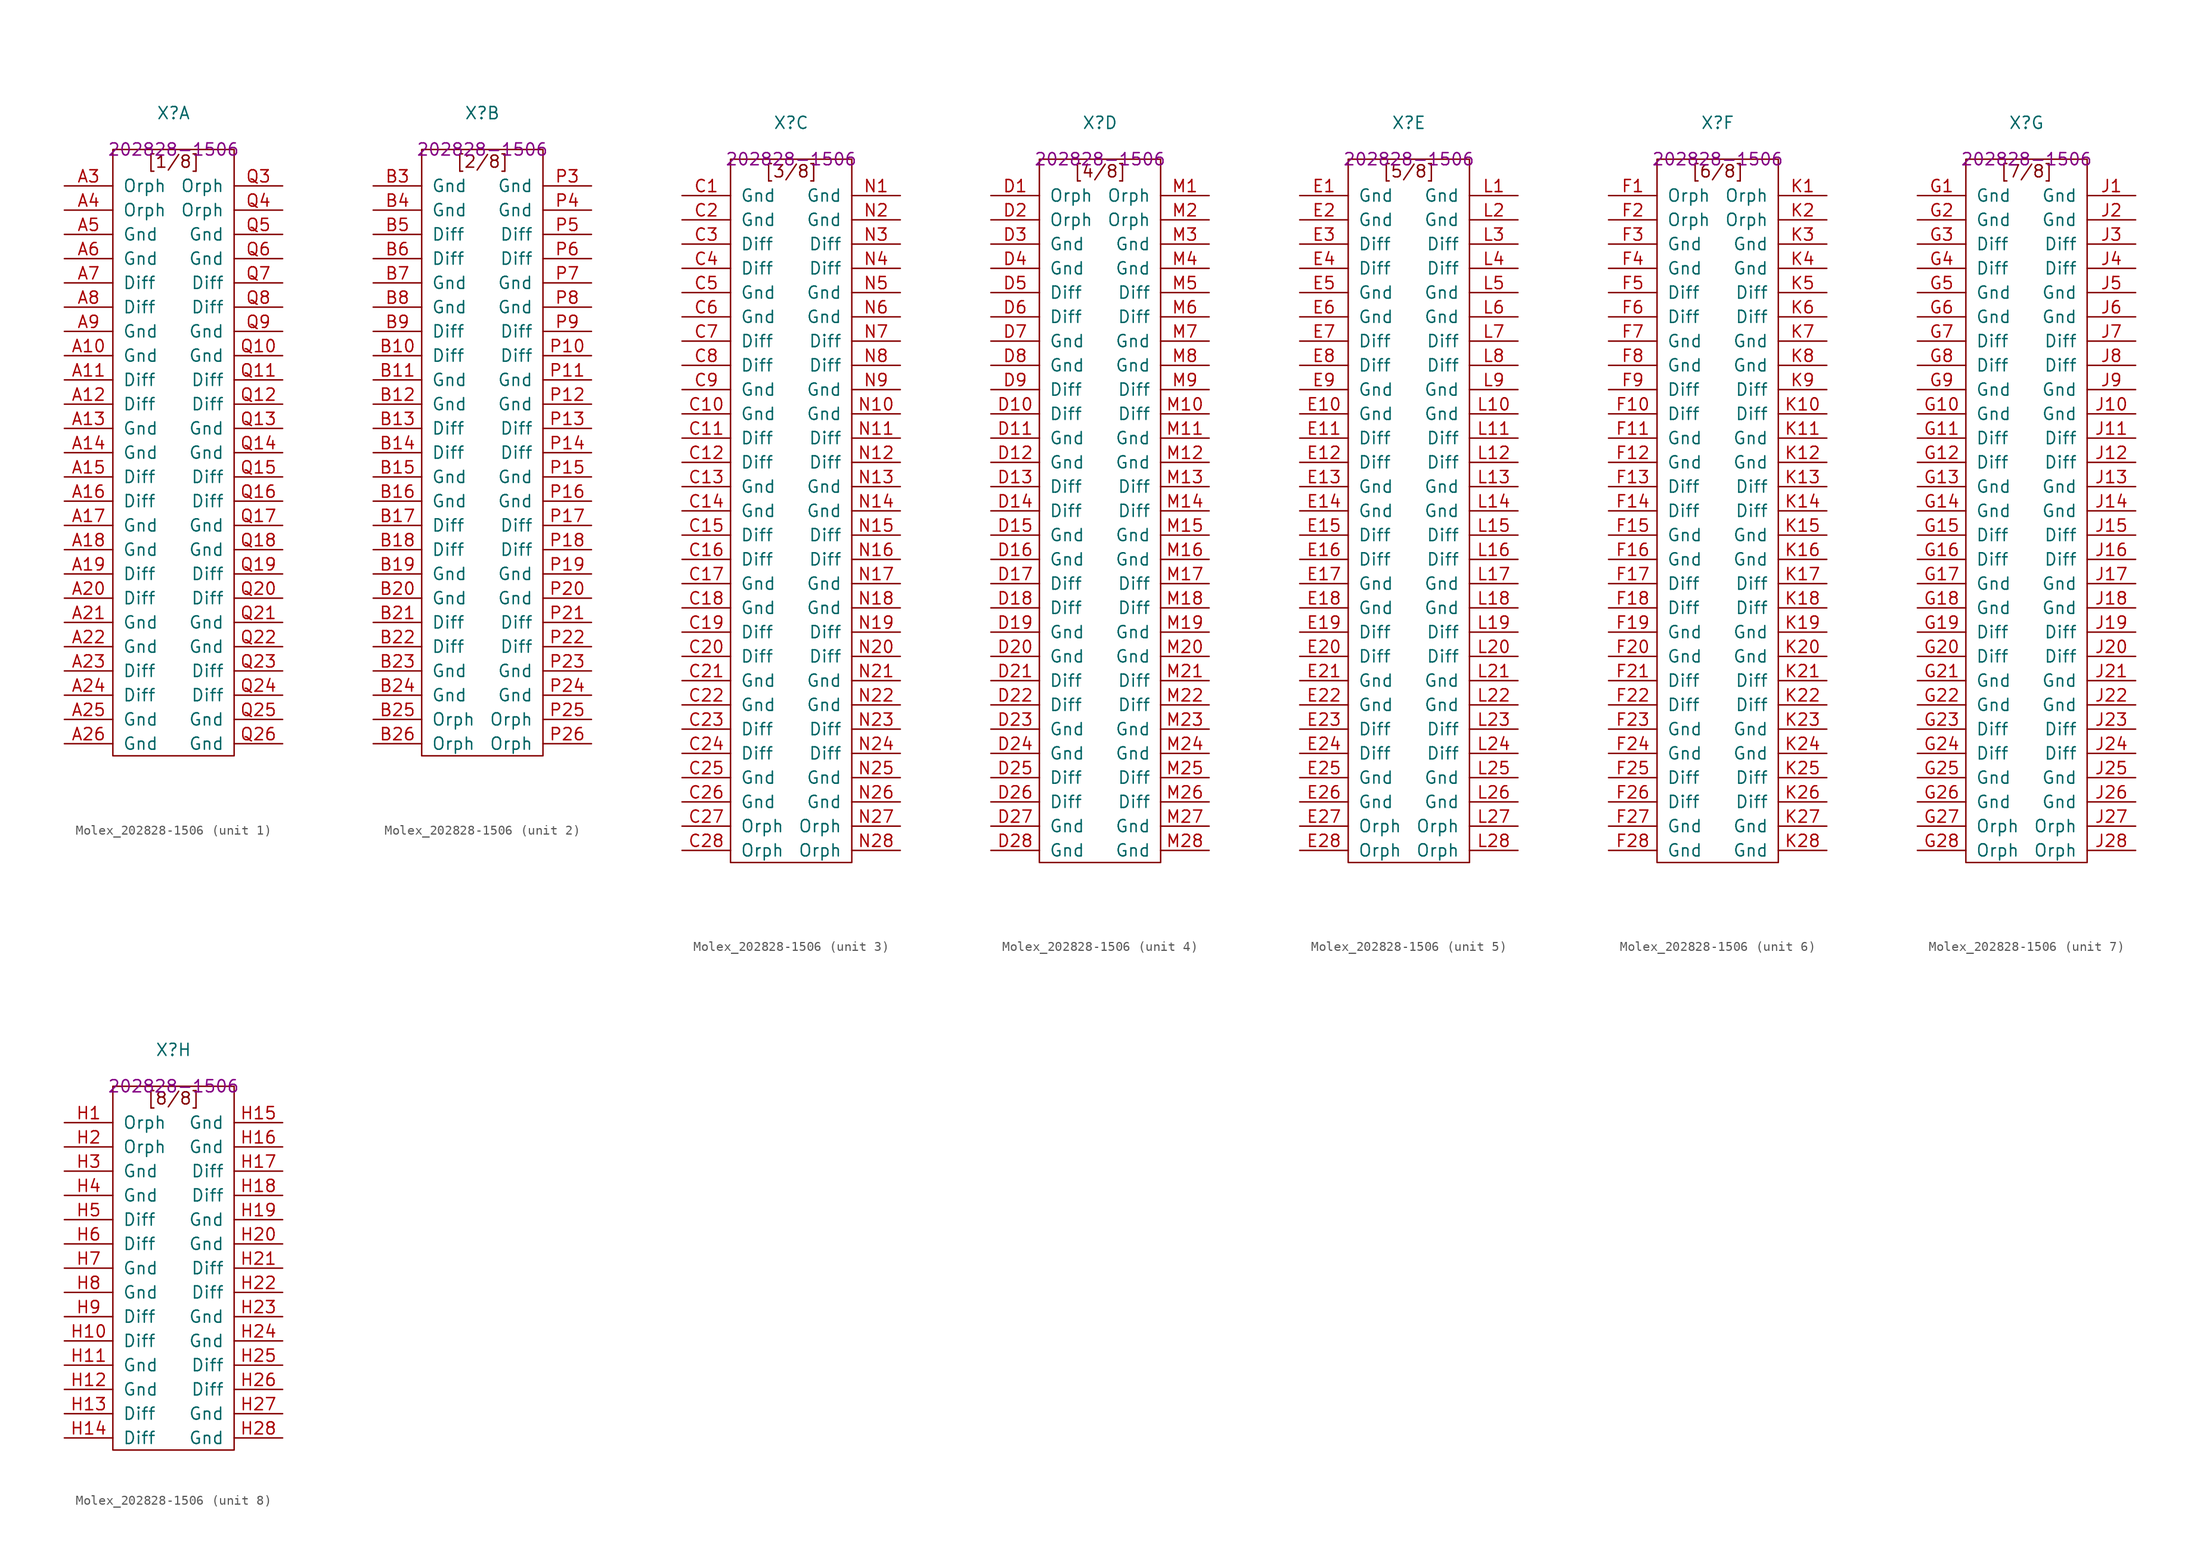
<source format=kicad_sym>
(kicad_symbol_lib
  (version 20211014)
  (generator kicad_symbol_editor)
  (symbol "Molex_202828-1506"
    (pin_names
      (offset 1.016))
    (property "Reference" "X"
      (at 0 3.81 0)
      (effects (font (size 1.27 1.27))))
    (property "p/n" "202828-1506"
      (at 0 0 0)
      (effects (font (size 1.27 1.27))))
    (property "ki_locked" ""
      (at 0 0 0)
      (effects (font (size 1.27 1.27))))
    (symbol "Molex_202828-1506_1_1"
      (rectangle (start -6.35 0) (end 6.35 -63.5) (stroke (width 0) (type default) (color 0 0 0 0)) (fill (type none)))
      (text "[1/8]" (at 0 -1.27 0) (effects (font (size 1.27 1.27))))
      (pin passive line (at -11.43 -21.59 0) (length 5.08) (name "Gnd" (effects (font (size 1.27 1.27)))) (number "A10" (effects (font (size 1.27 1.27)))))
      (pin passive line (at -11.43 -24.13 0) (length 5.08) (name "Diff" (effects (font (size 1.27 1.27)))) (number "A11" (effects (font (size 1.27 1.27)))))
      (pin passive line (at -11.43 -26.67 0) (length 5.08) (name "Diff" (effects (font (size 1.27 1.27)))) (number "A12" (effects (font (size 1.27 1.27)))))
      (pin passive line (at -11.43 -29.21 0) (length 5.08) (name "Gnd" (effects (font (size 1.27 1.27)))) (number "A13" (effects (font (size 1.27 1.27)))))
      (pin passive line (at -11.43 -31.75 0) (length 5.08) (name "Gnd" (effects (font (size 1.27 1.27)))) (number "A14" (effects (font (size 1.27 1.27)))))
      (pin passive line (at -11.43 -34.29 0) (length 5.08) (name "Diff" (effects (font (size 1.27 1.27)))) (number "A15" (effects (font (size 1.27 1.27)))))
      (pin passive line (at -11.43 -36.83 0) (length 5.08) (name "Diff" (effects (font (size 1.27 1.27)))) (number "A16" (effects (font (size 1.27 1.27)))))
      (pin passive line (at -11.43 -39.37 0) (length 5.08) (name "Gnd" (effects (font (size 1.27 1.27)))) (number "A17" (effects (font (size 1.27 1.27)))))
      (pin passive line (at -11.43 -41.91 0) (length 5.08) (name "Gnd" (effects (font (size 1.27 1.27)))) (number "A18" (effects (font (size 1.27 1.27)))))
      (pin passive line (at -11.43 -44.45 0) (length 5.08) (name "Diff" (effects (font (size 1.27 1.27)))) (number "A19" (effects (font (size 1.27 1.27)))))
      (pin passive line (at -11.43 -46.99 0) (length 5.08) (name "Diff" (effects (font (size 1.27 1.27)))) (number "A20" (effects (font (size 1.27 1.27)))))
      (pin passive line (at -11.43 -49.53 0) (length 5.08) (name "Gnd" (effects (font (size 1.27 1.27)))) (number "A21" (effects (font (size 1.27 1.27)))))
      (pin passive line (at -11.43 -52.07 0) (length 5.08) (name "Gnd" (effects (font (size 1.27 1.27)))) (number "A22" (effects (font (size 1.27 1.27)))))
      (pin passive line (at -11.43 -54.61 0) (length 5.08) (name "Diff" (effects (font (size 1.27 1.27)))) (number "A23" (effects (font (size 1.27 1.27)))))
      (pin passive line (at -11.43 -57.15 0) (length 5.08) (name "Diff" (effects (font (size 1.27 1.27)))) (number "A24" (effects (font (size 1.27 1.27)))))
      (pin passive line (at -11.43 -59.69 0) (length 5.08) (name "Gnd" (effects (font (size 1.27 1.27)))) (number "A25" (effects (font (size 1.27 1.27)))))
      (pin passive line (at -11.43 -62.23 0) (length 5.08) (name "Gnd" (effects (font (size 1.27 1.27)))) (number "A26" (effects (font (size 1.27 1.27)))))
      (pin passive line (at -11.43 -3.81 0) (length 5.08) (name "Orph" (effects (font (size 1.27 1.27)))) (number "A3" (effects (font (size 1.27 1.27)))))
      (pin passive line (at -11.43 -6.35 0) (length 5.08) (name "Orph" (effects (font (size 1.27 1.27)))) (number "A4" (effects (font (size 1.27 1.27)))))
      (pin passive line (at -11.43 -8.89 0) (length 5.08) (name "Gnd" (effects (font (size 1.27 1.27)))) (number "A5" (effects (font (size 1.27 1.27)))))
      (pin passive line (at -11.43 -11.43 0) (length 5.08) (name "Gnd" (effects (font (size 1.27 1.27)))) (number "A6" (effects (font (size 1.27 1.27)))))
      (pin passive line (at -11.43 -13.97 0) (length 5.08) (name "Diff" (effects (font (size 1.27 1.27)))) (number "A7" (effects (font (size 1.27 1.27)))))
      (pin passive line (at -11.43 -16.51 0) (length 5.08) (name "Diff" (effects (font (size 1.27 1.27)))) (number "A8" (effects (font (size 1.27 1.27)))))
      (pin passive line (at -11.43 -19.05 0) (length 5.08) (name "Gnd" (effects (font (size 1.27 1.27)))) (number "A9" (effects (font (size 1.27 1.27)))))
      (pin passive line (at 11.43 -21.59 180) (length 5.08) (name "Gnd" (effects (font (size 1.27 1.27)))) (number "Q10" (effects (font (size 1.27 1.27)))))
      (pin passive line (at 11.43 -24.13 180) (length 5.08) (name "Diff" (effects (font (size 1.27 1.27)))) (number "Q11" (effects (font (size 1.27 1.27)))))
      (pin passive line (at 11.43 -26.67 180) (length 5.08) (name "Diff" (effects (font (size 1.27 1.27)))) (number "Q12" (effects (font (size 1.27 1.27)))))
      (pin passive line (at 11.43 -29.21 180) (length 5.08) (name "Gnd" (effects (font (size 1.27 1.27)))) (number "Q13" (effects (font (size 1.27 1.27)))))
      (pin passive line (at 11.43 -31.75 180) (length 5.08) (name "Gnd" (effects (font (size 1.27 1.27)))) (number "Q14" (effects (font (size 1.27 1.27)))))
      (pin passive line (at 11.43 -34.29 180) (length 5.08) (name "Diff" (effects (font (size 1.27 1.27)))) (number "Q15" (effects (font (size 1.27 1.27)))))
      (pin passive line (at 11.43 -36.83 180) (length 5.08) (name "Diff" (effects (font (size 1.27 1.27)))) (number "Q16" (effects (font (size 1.27 1.27)))))
      (pin passive line (at 11.43 -39.37 180) (length 5.08) (name "Gnd" (effects (font (size 1.27 1.27)))) (number "Q17" (effects (font (size 1.27 1.27)))))
      (pin passive line (at 11.43 -41.91 180) (length 5.08) (name "Gnd" (effects (font (size 1.27 1.27)))) (number "Q18" (effects (font (size 1.27 1.27)))))
      (pin passive line (at 11.43 -44.45 180) (length 5.08) (name "Diff" (effects (font (size 1.27 1.27)))) (number "Q19" (effects (font (size 1.27 1.27)))))
      (pin passive line (at 11.43 -46.99 180) (length 5.08) (name "Diff" (effects (font (size 1.27 1.27)))) (number "Q20" (effects (font (size 1.27 1.27)))))
      (pin passive line (at 11.43 -49.53 180) (length 5.08) (name "Gnd" (effects (font (size 1.27 1.27)))) (number "Q21" (effects (font (size 1.27 1.27)))))
      (pin passive line (at 11.43 -52.07 180) (length 5.08) (name "Gnd" (effects (font (size 1.27 1.27)))) (number "Q22" (effects (font (size 1.27 1.27)))))
      (pin passive line (at 11.43 -54.61 180) (length 5.08) (name "Diff" (effects (font (size 1.27 1.27)))) (number "Q23" (effects (font (size 1.27 1.27)))))
      (pin passive line (at 11.43 -57.15 180) (length 5.08) (name "Diff" (effects (font (size 1.27 1.27)))) (number "Q24" (effects (font (size 1.27 1.27)))))
      (pin passive line (at 11.43 -59.69 180) (length 5.08) (name "Gnd" (effects (font (size 1.27 1.27)))) (number "Q25" (effects (font (size 1.27 1.27)))))
      (pin passive line (at 11.43 -62.23 180) (length 5.08) (name "Gnd" (effects (font (size 1.27 1.27)))) (number "Q26" (effects (font (size 1.27 1.27)))))
      (pin passive line (at 11.43 -3.81 180) (length 5.08) (name "Orph" (effects (font (size 1.27 1.27)))) (number "Q3" (effects (font (size 1.27 1.27)))))
      (pin passive line (at 11.43 -6.35 180) (length 5.08) (name "Orph" (effects (font (size 1.27 1.27)))) (number "Q4" (effects (font (size 1.27 1.27)))))
      (pin passive line (at 11.43 -8.89 180) (length 5.08) (name "Gnd" (effects (font (size 1.27 1.27)))) (number "Q5" (effects (font (size 1.27 1.27)))))
      (pin passive line (at 11.43 -11.43 180) (length 5.08) (name "Gnd" (effects (font (size 1.27 1.27)))) (number "Q6" (effects (font (size 1.27 1.27)))))
      (pin passive line (at 11.43 -13.97 180) (length 5.08) (name "Diff" (effects (font (size 1.27 1.27)))) (number "Q7" (effects (font (size 1.27 1.27)))))
      (pin passive line (at 11.43 -16.51 180) (length 5.08) (name "Diff" (effects (font (size 1.27 1.27)))) (number "Q8" (effects (font (size 1.27 1.27)))))
      (pin passive line (at 11.43 -19.05 180) (length 5.08) (name "Gnd" (effects (font (size 1.27 1.27)))) (number "Q9" (effects (font (size 1.27 1.27))))))
    (symbol "Molex_202828-1506_2_1"
      (rectangle (start -6.35 0) (end 6.35 -63.5) (stroke (width 0) (type default) (color 0 0 0 0)) (fill (type none)))
      (text "[2/8]" (at 0 -1.27 0) (effects (font (size 1.27 1.27))))
      (pin passive line (at -11.43 -21.59 0) (length 5.08) (name "Diff" (effects (font (size 1.27 1.27)))) (number "B10" (effects (font (size 1.27 1.27)))))
      (pin passive line (at -11.43 -24.13 0) (length 5.08) (name "Gnd" (effects (font (size 1.27 1.27)))) (number "B11" (effects (font (size 1.27 1.27)))))
      (pin passive line (at -11.43 -26.67 0) (length 5.08) (name "Gnd" (effects (font (size 1.27 1.27)))) (number "B12" (effects (font (size 1.27 1.27)))))
      (pin passive line (at -11.43 -29.21 0) (length 5.08) (name "Diff" (effects (font (size 1.27 1.27)))) (number "B13" (effects (font (size 1.27 1.27)))))
      (pin passive line (at -11.43 -31.75 0) (length 5.08) (name "Diff" (effects (font (size 1.27 1.27)))) (number "B14" (effects (font (size 1.27 1.27)))))
      (pin passive line (at -11.43 -34.29 0) (length 5.08) (name "Gnd" (effects (font (size 1.27 1.27)))) (number "B15" (effects (font (size 1.27 1.27)))))
      (pin passive line (at -11.43 -36.83 0) (length 5.08) (name "Gnd" (effects (font (size 1.27 1.27)))) (number "B16" (effects (font (size 1.27 1.27)))))
      (pin passive line (at -11.43 -39.37 0) (length 5.08) (name "Diff" (effects (font (size 1.27 1.27)))) (number "B17" (effects (font (size 1.27 1.27)))))
      (pin passive line (at -11.43 -41.91 0) (length 5.08) (name "Diff" (effects (font (size 1.27 1.27)))) (number "B18" (effects (font (size 1.27 1.27)))))
      (pin passive line (at -11.43 -44.45 0) (length 5.08) (name "Gnd" (effects (font (size 1.27 1.27)))) (number "B19" (effects (font (size 1.27 1.27)))))
      (pin passive line (at -11.43 -46.99 0) (length 5.08) (name "Gnd" (effects (font (size 1.27 1.27)))) (number "B20" (effects (font (size 1.27 1.27)))))
      (pin passive line (at -11.43 -49.53 0) (length 5.08) (name "Diff" (effects (font (size 1.27 1.27)))) (number "B21" (effects (font (size 1.27 1.27)))))
      (pin passive line (at -11.43 -52.07 0) (length 5.08) (name "Diff" (effects (font (size 1.27 1.27)))) (number "B22" (effects (font (size 1.27 1.27)))))
      (pin passive line (at -11.43 -54.61 0) (length 5.08) (name "Gnd" (effects (font (size 1.27 1.27)))) (number "B23" (effects (font (size 1.27 1.27)))))
      (pin passive line (at -11.43 -57.15 0) (length 5.08) (name "Gnd" (effects (font (size 1.27 1.27)))) (number "B24" (effects (font (size 1.27 1.27)))))
      (pin passive line (at -11.43 -59.69 0) (length 5.08) (name "Orph" (effects (font (size 1.27 1.27)))) (number "B25" (effects (font (size 1.27 1.27)))))
      (pin passive line (at -11.43 -62.23 0) (length 5.08) (name "Orph" (effects (font (size 1.27 1.27)))) (number "B26" (effects (font (size 1.27 1.27)))))
      (pin passive line (at -11.43 -3.81 0) (length 5.08) (name "Gnd" (effects (font (size 1.27 1.27)))) (number "B3" (effects (font (size 1.27 1.27)))))
      (pin passive line (at -11.43 -6.35 0) (length 5.08) (name "Gnd" (effects (font (size 1.27 1.27)))) (number "B4" (effects (font (size 1.27 1.27)))))
      (pin passive line (at -11.43 -8.89 0) (length 5.08) (name "Diff" (effects (font (size 1.27 1.27)))) (number "B5" (effects (font (size 1.27 1.27)))))
      (pin passive line (at -11.43 -11.43 0) (length 5.08) (name "Diff" (effects (font (size 1.27 1.27)))) (number "B6" (effects (font (size 1.27 1.27)))))
      (pin passive line (at -11.43 -13.97 0) (length 5.08) (name "Gnd" (effects (font (size 1.27 1.27)))) (number "B7" (effects (font (size 1.27 1.27)))))
      (pin passive line (at -11.43 -16.51 0) (length 5.08) (name "Gnd" (effects (font (size 1.27 1.27)))) (number "B8" (effects (font (size 1.27 1.27)))))
      (pin passive line (at -11.43 -19.05 0) (length 5.08) (name "Diff" (effects (font (size 1.27 1.27)))) (number "B9" (effects (font (size 1.27 1.27)))))
      (pin passive line (at 11.43 -21.59 180) (length 5.08) (name "Diff" (effects (font (size 1.27 1.27)))) (number "P10" (effects (font (size 1.27 1.27)))))
      (pin passive line (at 11.43 -24.13 180) (length 5.08) (name "Gnd" (effects (font (size 1.27 1.27)))) (number "P11" (effects (font (size 1.27 1.27)))))
      (pin passive line (at 11.43 -26.67 180) (length 5.08) (name "Gnd" (effects (font (size 1.27 1.27)))) (number "P12" (effects (font (size 1.27 1.27)))))
      (pin passive line (at 11.43 -29.21 180) (length 5.08) (name "Diff" (effects (font (size 1.27 1.27)))) (number "P13" (effects (font (size 1.27 1.27)))))
      (pin passive line (at 11.43 -31.75 180) (length 5.08) (name "Diff" (effects (font (size 1.27 1.27)))) (number "P14" (effects (font (size 1.27 1.27)))))
      (pin passive line (at 11.43 -34.29 180) (length 5.08) (name "Gnd" (effects (font (size 1.27 1.27)))) (number "P15" (effects (font (size 1.27 1.27)))))
      (pin passive line (at 11.43 -36.83 180) (length 5.08) (name "Gnd" (effects (font (size 1.27 1.27)))) (number "P16" (effects (font (size 1.27 1.27)))))
      (pin passive line (at 11.43 -39.37 180) (length 5.08) (name "Diff" (effects (font (size 1.27 1.27)))) (number "P17" (effects (font (size 1.27 1.27)))))
      (pin passive line (at 11.43 -41.91 180) (length 5.08) (name "Diff" (effects (font (size 1.27 1.27)))) (number "P18" (effects (font (size 1.27 1.27)))))
      (pin passive line (at 11.43 -44.45 180) (length 5.08) (name "Gnd" (effects (font (size 1.27 1.27)))) (number "P19" (effects (font (size 1.27 1.27)))))
      (pin passive line (at 11.43 -46.99 180) (length 5.08) (name "Gnd" (effects (font (size 1.27 1.27)))) (number "P20" (effects (font (size 1.27 1.27)))))
      (pin passive line (at 11.43 -49.53 180) (length 5.08) (name "Diff" (effects (font (size 1.27 1.27)))) (number "P21" (effects (font (size 1.27 1.27)))))
      (pin passive line (at 11.43 -52.07 180) (length 5.08) (name "Diff" (effects (font (size 1.27 1.27)))) (number "P22" (effects (font (size 1.27 1.27)))))
      (pin passive line (at 11.43 -54.61 180) (length 5.08) (name "Gnd" (effects (font (size 1.27 1.27)))) (number "P23" (effects (font (size 1.27 1.27)))))
      (pin passive line (at 11.43 -57.15 180) (length 5.08) (name "Gnd" (effects (font (size 1.27 1.27)))) (number "P24" (effects (font (size 1.27 1.27)))))
      (pin passive line (at 11.43 -59.69 180) (length 5.08) (name "Orph" (effects (font (size 1.27 1.27)))) (number "P25" (effects (font (size 1.27 1.27)))))
      (pin passive line (at 11.43 -62.23 180) (length 5.08) (name "Orph" (effects (font (size 1.27 1.27)))) (number "P26" (effects (font (size 1.27 1.27)))))
      (pin passive line (at 11.43 -3.81 180) (length 5.08) (name "Gnd" (effects (font (size 1.27 1.27)))) (number "P3" (effects (font (size 1.27 1.27)))))
      (pin passive line (at 11.43 -6.35 180) (length 5.08) (name "Gnd" (effects (font (size 1.27 1.27)))) (number "P4" (effects (font (size 1.27 1.27)))))
      (pin passive line (at 11.43 -8.89 180) (length 5.08) (name "Diff" (effects (font (size 1.27 1.27)))) (number "P5" (effects (font (size 1.27 1.27)))))
      (pin passive line (at 11.43 -11.43 180) (length 5.08) (name "Diff" (effects (font (size 1.27 1.27)))) (number "P6" (effects (font (size 1.27 1.27)))))
      (pin passive line (at 11.43 -13.97 180) (length 5.08) (name "Gnd" (effects (font (size 1.27 1.27)))) (number "P7" (effects (font (size 1.27 1.27)))))
      (pin passive line (at 11.43 -16.51 180) (length 5.08) (name "Gnd" (effects (font (size 1.27 1.27)))) (number "P8" (effects (font (size 1.27 1.27)))))
      (pin passive line (at 11.43 -19.05 180) (length 5.08) (name "Diff" (effects (font (size 1.27 1.27)))) (number "P9" (effects (font (size 1.27 1.27))))))
    (symbol "Molex_202828-1506_3_1"
      (rectangle (start -6.35 0) (end 6.35 -73.66) (stroke (width 0) (type default) (color 0 0 0 0)) (fill (type none)))
      (text "[3/8]" (at 0 -1.27 0) (effects (font (size 1.27 1.27))))
      (pin passive line (at -11.43 -3.81 0) (length 5.08) (name "Gnd" (effects (font (size 1.27 1.27)))) (number "C1" (effects (font (size 1.27 1.27)))))
      (pin passive line (at -11.43 -26.67 0) (length 5.08) (name "Gnd" (effects (font (size 1.27 1.27)))) (number "C10" (effects (font (size 1.27 1.27)))))
      (pin passive line (at -11.43 -29.21 0) (length 5.08) (name "Diff" (effects (font (size 1.27 1.27)))) (number "C11" (effects (font (size 1.27 1.27)))))
      (pin passive line (at -11.43 -31.75 0) (length 5.08) (name "Diff" (effects (font (size 1.27 1.27)))) (number "C12" (effects (font (size 1.27 1.27)))))
      (pin passive line (at -11.43 -34.29 0) (length 5.08) (name "Gnd" (effects (font (size 1.27 1.27)))) (number "C13" (effects (font (size 1.27 1.27)))))
      (pin passive line (at -11.43 -36.83 0) (length 5.08) (name "Gnd" (effects (font (size 1.27 1.27)))) (number "C14" (effects (font (size 1.27 1.27)))))
      (pin passive line (at -11.43 -39.37 0) (length 5.08) (name "Diff" (effects (font (size 1.27 1.27)))) (number "C15" (effects (font (size 1.27 1.27)))))
      (pin passive line (at -11.43 -41.91 0) (length 5.08) (name "Diff" (effects (font (size 1.27 1.27)))) (number "C16" (effects (font (size 1.27 1.27)))))
      (pin passive line (at -11.43 -44.45 0) (length 5.08) (name "Gnd" (effects (font (size 1.27 1.27)))) (number "C17" (effects (font (size 1.27 1.27)))))
      (pin passive line (at -11.43 -46.99 0) (length 5.08) (name "Gnd" (effects (font (size 1.27 1.27)))) (number "C18" (effects (font (size 1.27 1.27)))))
      (pin passive line (at -11.43 -49.53 0) (length 5.08) (name "Diff" (effects (font (size 1.27 1.27)))) (number "C19" (effects (font (size 1.27 1.27)))))
      (pin passive line (at -11.43 -6.35 0) (length 5.08) (name "Gnd" (effects (font (size 1.27 1.27)))) (number "C2" (effects (font (size 1.27 1.27)))))
      (pin passive line (at -11.43 -52.07 0) (length 5.08) (name "Diff" (effects (font (size 1.27 1.27)))) (number "C20" (effects (font (size 1.27 1.27)))))
      (pin passive line (at -11.43 -54.61 0) (length 5.08) (name "Gnd" (effects (font (size 1.27 1.27)))) (number "C21" (effects (font (size 1.27 1.27)))))
      (pin passive line (at -11.43 -57.15 0) (length 5.08) (name "Gnd" (effects (font (size 1.27 1.27)))) (number "C22" (effects (font (size 1.27 1.27)))))
      (pin passive line (at -11.43 -59.69 0) (length 5.08) (name "Diff" (effects (font (size 1.27 1.27)))) (number "C23" (effects (font (size 1.27 1.27)))))
      (pin passive line (at -11.43 -62.23 0) (length 5.08) (name "Diff" (effects (font (size 1.27 1.27)))) (number "C24" (effects (font (size 1.27 1.27)))))
      (pin passive line (at -11.43 -64.77 0) (length 5.08) (name "Gnd" (effects (font (size 1.27 1.27)))) (number "C25" (effects (font (size 1.27 1.27)))))
      (pin passive line (at -11.43 -67.31 0) (length 5.08) (name "Gnd" (effects (font (size 1.27 1.27)))) (number "C26" (effects (font (size 1.27 1.27)))))
      (pin passive line (at -11.43 -69.85 0) (length 5.08) (name "Orph" (effects (font (size 1.27 1.27)))) (number "C27" (effects (font (size 1.27 1.27)))))
      (pin passive line (at -11.43 -72.39 0) (length 5.08) (name "Orph" (effects (font (size 1.27 1.27)))) (number "C28" (effects (font (size 1.27 1.27)))))
      (pin passive line (at -11.43 -8.89 0) (length 5.08) (name "Diff" (effects (font (size 1.27 1.27)))) (number "C3" (effects (font (size 1.27 1.27)))))
      (pin passive line (at -11.43 -11.43 0) (length 5.08) (name "Diff" (effects (font (size 1.27 1.27)))) (number "C4" (effects (font (size 1.27 1.27)))))
      (pin passive line (at -11.43 -13.97 0) (length 5.08) (name "Gnd" (effects (font (size 1.27 1.27)))) (number "C5" (effects (font (size 1.27 1.27)))))
      (pin passive line (at -11.43 -16.51 0) (length 5.08) (name "Gnd" (effects (font (size 1.27 1.27)))) (number "C6" (effects (font (size 1.27 1.27)))))
      (pin passive line (at -11.43 -19.05 0) (length 5.08) (name "Diff" (effects (font (size 1.27 1.27)))) (number "C7" (effects (font (size 1.27 1.27)))))
      (pin passive line (at -11.43 -21.59 0) (length 5.08) (name "Diff" (effects (font (size 1.27 1.27)))) (number "C8" (effects (font (size 1.27 1.27)))))
      (pin passive line (at -11.43 -24.13 0) (length 5.08) (name "Gnd" (effects (font (size 1.27 1.27)))) (number "C9" (effects (font (size 1.27 1.27)))))
      (pin passive line (at 11.43 -3.81 180) (length 5.08) (name "Gnd" (effects (font (size 1.27 1.27)))) (number "N1" (effects (font (size 1.27 1.27)))))
      (pin passive line (at 11.43 -26.67 180) (length 5.08) (name "Gnd" (effects (font (size 1.27 1.27)))) (number "N10" (effects (font (size 1.27 1.27)))))
      (pin passive line (at 11.43 -29.21 180) (length 5.08) (name "Diff" (effects (font (size 1.27 1.27)))) (number "N11" (effects (font (size 1.27 1.27)))))
      (pin passive line (at 11.43 -31.75 180) (length 5.08) (name "Diff" (effects (font (size 1.27 1.27)))) (number "N12" (effects (font (size 1.27 1.27)))))
      (pin passive line (at 11.43 -34.29 180) (length 5.08) (name "Gnd" (effects (font (size 1.27 1.27)))) (number "N13" (effects (font (size 1.27 1.27)))))
      (pin passive line (at 11.43 -36.83 180) (length 5.08) (name "Gnd" (effects (font (size 1.27 1.27)))) (number "N14" (effects (font (size 1.27 1.27)))))
      (pin passive line (at 11.43 -39.37 180) (length 5.08) (name "Diff" (effects (font (size 1.27 1.27)))) (number "N15" (effects (font (size 1.27 1.27)))))
      (pin passive line (at 11.43 -41.91 180) (length 5.08) (name "Diff" (effects (font (size 1.27 1.27)))) (number "N16" (effects (font (size 1.27 1.27)))))
      (pin passive line (at 11.43 -44.45 180) (length 5.08) (name "Gnd" (effects (font (size 1.27 1.27)))) (number "N17" (effects (font (size 1.27 1.27)))))
      (pin passive line (at 11.43 -46.99 180) (length 5.08) (name "Gnd" (effects (font (size 1.27 1.27)))) (number "N18" (effects (font (size 1.27 1.27)))))
      (pin passive line (at 11.43 -49.53 180) (length 5.08) (name "Diff" (effects (font (size 1.27 1.27)))) (number "N19" (effects (font (size 1.27 1.27)))))
      (pin passive line (at 11.43 -6.35 180) (length 5.08) (name "Gnd" (effects (font (size 1.27 1.27)))) (number "N2" (effects (font (size 1.27 1.27)))))
      (pin passive line (at 11.43 -52.07 180) (length 5.08) (name "Diff" (effects (font (size 1.27 1.27)))) (number "N20" (effects (font (size 1.27 1.27)))))
      (pin passive line (at 11.43 -54.61 180) (length 5.08) (name "Gnd" (effects (font (size 1.27 1.27)))) (number "N21" (effects (font (size 1.27 1.27)))))
      (pin passive line (at 11.43 -57.15 180) (length 5.08) (name "Gnd" (effects (font (size 1.27 1.27)))) (number "N22" (effects (font (size 1.27 1.27)))))
      (pin passive line (at 11.43 -59.69 180) (length 5.08) (name "Diff" (effects (font (size 1.27 1.27)))) (number "N23" (effects (font (size 1.27 1.27)))))
      (pin passive line (at 11.43 -62.23 180) (length 5.08) (name "Diff" (effects (font (size 1.27 1.27)))) (number "N24" (effects (font (size 1.27 1.27)))))
      (pin passive line (at 11.43 -64.77 180) (length 5.08) (name "Gnd" (effects (font (size 1.27 1.27)))) (number "N25" (effects (font (size 1.27 1.27)))))
      (pin passive line (at 11.43 -67.31 180) (length 5.08) (name "Gnd" (effects (font (size 1.27 1.27)))) (number "N26" (effects (font (size 1.27 1.27)))))
      (pin passive line (at 11.43 -69.85 180) (length 5.08) (name "Orph" (effects (font (size 1.27 1.27)))) (number "N27" (effects (font (size 1.27 1.27)))))
      (pin passive line (at 11.43 -72.39 180) (length 5.08) (name "Orph" (effects (font (size 1.27 1.27)))) (number "N28" (effects (font (size 1.27 1.27)))))
      (pin passive line (at 11.43 -8.89 180) (length 5.08) (name "Diff" (effects (font (size 1.27 1.27)))) (number "N3" (effects (font (size 1.27 1.27)))))
      (pin passive line (at 11.43 -11.43 180) (length 5.08) (name "Diff" (effects (font (size 1.27 1.27)))) (number "N4" (effects (font (size 1.27 1.27)))))
      (pin passive line (at 11.43 -13.97 180) (length 5.08) (name "Gnd" (effects (font (size 1.27 1.27)))) (number "N5" (effects (font (size 1.27 1.27)))))
      (pin passive line (at 11.43 -16.51 180) (length 5.08) (name "Gnd" (effects (font (size 1.27 1.27)))) (number "N6" (effects (font (size 1.27 1.27)))))
      (pin passive line (at 11.43 -19.05 180) (length 5.08) (name "Diff" (effects (font (size 1.27 1.27)))) (number "N7" (effects (font (size 1.27 1.27)))))
      (pin passive line (at 11.43 -21.59 180) (length 5.08) (name "Diff" (effects (font (size 1.27 1.27)))) (number "N8" (effects (font (size 1.27 1.27)))))
      (pin passive line (at 11.43 -24.13 180) (length 5.08) (name "Gnd" (effects (font (size 1.27 1.27)))) (number "N9" (effects (font (size 1.27 1.27))))))
    (symbol "Molex_202828-1506_4_1"
      (rectangle (start -6.35 0) (end 6.35 -73.66) (stroke (width 0) (type default) (color 0 0 0 0)) (fill (type none)))
      (text "[4/8]" (at 0 -1.27 0) (effects (font (size 1.27 1.27))))
      (pin passive line (at -11.43 -3.81 0) (length 5.08) (name "Orph" (effects (font (size 1.27 1.27)))) (number "D1" (effects (font (size 1.27 1.27)))))
      (pin passive line (at -11.43 -26.67 0) (length 5.08) (name "Diff" (effects (font (size 1.27 1.27)))) (number "D10" (effects (font (size 1.27 1.27)))))
      (pin passive line (at -11.43 -29.21 0) (length 5.08) (name "Gnd" (effects (font (size 1.27 1.27)))) (number "D11" (effects (font (size 1.27 1.27)))))
      (pin passive line (at -11.43 -31.75 0) (length 5.08) (name "Gnd" (effects (font (size 1.27 1.27)))) (number "D12" (effects (font (size 1.27 1.27)))))
      (pin passive line (at -11.43 -34.29 0) (length 5.08) (name "Diff" (effects (font (size 1.27 1.27)))) (number "D13" (effects (font (size 1.27 1.27)))))
      (pin passive line (at -11.43 -36.83 0) (length 5.08) (name "Diff" (effects (font (size 1.27 1.27)))) (number "D14" (effects (font (size 1.27 1.27)))))
      (pin passive line (at -11.43 -39.37 0) (length 5.08) (name "Gnd" (effects (font (size 1.27 1.27)))) (number "D15" (effects (font (size 1.27 1.27)))))
      (pin passive line (at -11.43 -41.91 0) (length 5.08) (name "Gnd" (effects (font (size 1.27 1.27)))) (number "D16" (effects (font (size 1.27 1.27)))))
      (pin passive line (at -11.43 -44.45 0) (length 5.08) (name "Diff" (effects (font (size 1.27 1.27)))) (number "D17" (effects (font (size 1.27 1.27)))))
      (pin passive line (at -11.43 -46.99 0) (length 5.08) (name "Diff" (effects (font (size 1.27 1.27)))) (number "D18" (effects (font (size 1.27 1.27)))))
      (pin passive line (at -11.43 -49.53 0) (length 5.08) (name "Gnd" (effects (font (size 1.27 1.27)))) (number "D19" (effects (font (size 1.27 1.27)))))
      (pin passive line (at -11.43 -6.35 0) (length 5.08) (name "Orph" (effects (font (size 1.27 1.27)))) (number "D2" (effects (font (size 1.27 1.27)))))
      (pin passive line (at -11.43 -52.07 0) (length 5.08) (name "Gnd" (effects (font (size 1.27 1.27)))) (number "D20" (effects (font (size 1.27 1.27)))))
      (pin passive line (at -11.43 -54.61 0) (length 5.08) (name "Diff" (effects (font (size 1.27 1.27)))) (number "D21" (effects (font (size 1.27 1.27)))))
      (pin passive line (at -11.43 -57.15 0) (length 5.08) (name "Diff" (effects (font (size 1.27 1.27)))) (number "D22" (effects (font (size 1.27 1.27)))))
      (pin passive line (at -11.43 -59.69 0) (length 5.08) (name "Gnd" (effects (font (size 1.27 1.27)))) (number "D23" (effects (font (size 1.27 1.27)))))
      (pin passive line (at -11.43 -62.23 0) (length 5.08) (name "Gnd" (effects (font (size 1.27 1.27)))) (number "D24" (effects (font (size 1.27 1.27)))))
      (pin passive line (at -11.43 -64.77 0) (length 5.08) (name "Diff" (effects (font (size 1.27 1.27)))) (number "D25" (effects (font (size 1.27 1.27)))))
      (pin passive line (at -11.43 -67.31 0) (length 5.08) (name "Diff" (effects (font (size 1.27 1.27)))) (number "D26" (effects (font (size 1.27 1.27)))))
      (pin passive line (at -11.43 -69.85 0) (length 5.08) (name "Gnd" (effects (font (size 1.27 1.27)))) (number "D27" (effects (font (size 1.27 1.27)))))
      (pin passive line (at -11.43 -72.39 0) (length 5.08) (name "Gnd" (effects (font (size 1.27 1.27)))) (number "D28" (effects (font (size 1.27 1.27)))))
      (pin passive line (at -11.43 -8.89 0) (length 5.08) (name "Gnd" (effects (font (size 1.27 1.27)))) (number "D3" (effects (font (size 1.27 1.27)))))
      (pin passive line (at -11.43 -11.43 0) (length 5.08) (name "Gnd" (effects (font (size 1.27 1.27)))) (number "D4" (effects (font (size 1.27 1.27)))))
      (pin passive line (at -11.43 -13.97 0) (length 5.08) (name "Diff" (effects (font (size 1.27 1.27)))) (number "D5" (effects (font (size 1.27 1.27)))))
      (pin passive line (at -11.43 -16.51 0) (length 5.08) (name "Diff" (effects (font (size 1.27 1.27)))) (number "D6" (effects (font (size 1.27 1.27)))))
      (pin passive line (at -11.43 -19.05 0) (length 5.08) (name "Gnd" (effects (font (size 1.27 1.27)))) (number "D7" (effects (font (size 1.27 1.27)))))
      (pin passive line (at -11.43 -21.59 0) (length 5.08) (name "Gnd" (effects (font (size 1.27 1.27)))) (number "D8" (effects (font (size 1.27 1.27)))))
      (pin passive line (at -11.43 -24.13 0) (length 5.08) (name "Diff" (effects (font (size 1.27 1.27)))) (number "D9" (effects (font (size 1.27 1.27)))))
      (pin passive line (at 11.43 -3.81 180) (length 5.08) (name "Orph" (effects (font (size 1.27 1.27)))) (number "M1" (effects (font (size 1.27 1.27)))))
      (pin passive line (at 11.43 -26.67 180) (length 5.08) (name "Diff" (effects (font (size 1.27 1.27)))) (number "M10" (effects (font (size 1.27 1.27)))))
      (pin passive line (at 11.43 -29.21 180) (length 5.08) (name "Gnd" (effects (font (size 1.27 1.27)))) (number "M11" (effects (font (size 1.27 1.27)))))
      (pin passive line (at 11.43 -31.75 180) (length 5.08) (name "Gnd" (effects (font (size 1.27 1.27)))) (number "M12" (effects (font (size 1.27 1.27)))))
      (pin passive line (at 11.43 -34.29 180) (length 5.08) (name "Diff" (effects (font (size 1.27 1.27)))) (number "M13" (effects (font (size 1.27 1.27)))))
      (pin passive line (at 11.43 -36.83 180) (length 5.08) (name "Diff" (effects (font (size 1.27 1.27)))) (number "M14" (effects (font (size 1.27 1.27)))))
      (pin passive line (at 11.43 -39.37 180) (length 5.08) (name "Gnd" (effects (font (size 1.27 1.27)))) (number "M15" (effects (font (size 1.27 1.27)))))
      (pin passive line (at 11.43 -41.91 180) (length 5.08) (name "Gnd" (effects (font (size 1.27 1.27)))) (number "M16" (effects (font (size 1.27 1.27)))))
      (pin passive line (at 11.43 -44.45 180) (length 5.08) (name "Diff" (effects (font (size 1.27 1.27)))) (number "M17" (effects (font (size 1.27 1.27)))))
      (pin passive line (at 11.43 -46.99 180) (length 5.08) (name "Diff" (effects (font (size 1.27 1.27)))) (number "M18" (effects (font (size 1.27 1.27)))))
      (pin passive line (at 11.43 -49.53 180) (length 5.08) (name "Gnd" (effects (font (size 1.27 1.27)))) (number "M19" (effects (font (size 1.27 1.27)))))
      (pin passive line (at 11.43 -6.35 180) (length 5.08) (name "Orph" (effects (font (size 1.27 1.27)))) (number "M2" (effects (font (size 1.27 1.27)))))
      (pin passive line (at 11.43 -52.07 180) (length 5.08) (name "Gnd" (effects (font (size 1.27 1.27)))) (number "M20" (effects (font (size 1.27 1.27)))))
      (pin passive line (at 11.43 -54.61 180) (length 5.08) (name "Diff" (effects (font (size 1.27 1.27)))) (number "M21" (effects (font (size 1.27 1.27)))))
      (pin passive line (at 11.43 -57.15 180) (length 5.08) (name "Diff" (effects (font (size 1.27 1.27)))) (number "M22" (effects (font (size 1.27 1.27)))))
      (pin passive line (at 11.43 -59.69 180) (length 5.08) (name "Gnd" (effects (font (size 1.27 1.27)))) (number "M23" (effects (font (size 1.27 1.27)))))
      (pin passive line (at 11.43 -62.23 180) (length 5.08) (name "Gnd" (effects (font (size 1.27 1.27)))) (number "M24" (effects (font (size 1.27 1.27)))))
      (pin passive line (at 11.43 -64.77 180) (length 5.08) (name "Diff" (effects (font (size 1.27 1.27)))) (number "M25" (effects (font (size 1.27 1.27)))))
      (pin passive line (at 11.43 -67.31 180) (length 5.08) (name "Diff" (effects (font (size 1.27 1.27)))) (number "M26" (effects (font (size 1.27 1.27)))))
      (pin passive line (at 11.43 -69.85 180) (length 5.08) (name "Gnd" (effects (font (size 1.27 1.27)))) (number "M27" (effects (font (size 1.27 1.27)))))
      (pin passive line (at 11.43 -72.39 180) (length 5.08) (name "Gnd" (effects (font (size 1.27 1.27)))) (number "M28" (effects (font (size 1.27 1.27)))))
      (pin passive line (at 11.43 -8.89 180) (length 5.08) (name "Gnd" (effects (font (size 1.27 1.27)))) (number "M3" (effects (font (size 1.27 1.27)))))
      (pin passive line (at 11.43 -11.43 180) (length 5.08) (name "Gnd" (effects (font (size 1.27 1.27)))) (number "M4" (effects (font (size 1.27 1.27)))))
      (pin passive line (at 11.43 -13.97 180) (length 5.08) (name "Diff" (effects (font (size 1.27 1.27)))) (number "M5" (effects (font (size 1.27 1.27)))))
      (pin passive line (at 11.43 -16.51 180) (length 5.08) (name "Diff" (effects (font (size 1.27 1.27)))) (number "M6" (effects (font (size 1.27 1.27)))))
      (pin passive line (at 11.43 -19.05 180) (length 5.08) (name "Gnd" (effects (font (size 1.27 1.27)))) (number "M7" (effects (font (size 1.27 1.27)))))
      (pin passive line (at 11.43 -21.59 180) (length 5.08) (name "Gnd" (effects (font (size 1.27 1.27)))) (number "M8" (effects (font (size 1.27 1.27)))))
      (pin passive line (at 11.43 -24.13 180) (length 5.08) (name "Diff" (effects (font (size 1.27 1.27)))) (number "M9" (effects (font (size 1.27 1.27))))))
    (symbol "Molex_202828-1506_5_1"
      (rectangle (start -6.35 0) (end 6.35 -73.66) (stroke (width 0) (type default) (color 0 0 0 0)) (fill (type none)))
      (text "[5/8]" (at 0 -1.27 0) (effects (font (size 1.27 1.27))))
      (pin passive line (at -11.43 -3.81 0) (length 5.08) (name "Gnd" (effects (font (size 1.27 1.27)))) (number "E1" (effects (font (size 1.27 1.27)))))
      (pin passive line (at -11.43 -26.67 0) (length 5.08) (name "Gnd" (effects (font (size 1.27 1.27)))) (number "E10" (effects (font (size 1.27 1.27)))))
      (pin passive line (at -11.43 -29.21 0) (length 5.08) (name "Diff" (effects (font (size 1.27 1.27)))) (number "E11" (effects (font (size 1.27 1.27)))))
      (pin passive line (at -11.43 -31.75 0) (length 5.08) (name "Diff" (effects (font (size 1.27 1.27)))) (number "E12" (effects (font (size 1.27 1.27)))))
      (pin passive line (at -11.43 -34.29 0) (length 5.08) (name "Gnd" (effects (font (size 1.27 1.27)))) (number "E13" (effects (font (size 1.27 1.27)))))
      (pin passive line (at -11.43 -36.83 0) (length 5.08) (name "Gnd" (effects (font (size 1.27 1.27)))) (number "E14" (effects (font (size 1.27 1.27)))))
      (pin passive line (at -11.43 -39.37 0) (length 5.08) (name "Diff" (effects (font (size 1.27 1.27)))) (number "E15" (effects (font (size 1.27 1.27)))))
      (pin passive line (at -11.43 -41.91 0) (length 5.08) (name "Diff" (effects (font (size 1.27 1.27)))) (number "E16" (effects (font (size 1.27 1.27)))))
      (pin passive line (at -11.43 -44.45 0) (length 5.08) (name "Gnd" (effects (font (size 1.27 1.27)))) (number "E17" (effects (font (size 1.27 1.27)))))
      (pin passive line (at -11.43 -46.99 0) (length 5.08) (name "Gnd" (effects (font (size 1.27 1.27)))) (number "E18" (effects (font (size 1.27 1.27)))))
      (pin passive line (at -11.43 -49.53 0) (length 5.08) (name "Diff" (effects (font (size 1.27 1.27)))) (number "E19" (effects (font (size 1.27 1.27)))))
      (pin passive line (at -11.43 -6.35 0) (length 5.08) (name "Gnd" (effects (font (size 1.27 1.27)))) (number "E2" (effects (font (size 1.27 1.27)))))
      (pin passive line (at -11.43 -52.07 0) (length 5.08) (name "Diff" (effects (font (size 1.27 1.27)))) (number "E20" (effects (font (size 1.27 1.27)))))
      (pin passive line (at -11.43 -54.61 0) (length 5.08) (name "Gnd" (effects (font (size 1.27 1.27)))) (number "E21" (effects (font (size 1.27 1.27)))))
      (pin passive line (at -11.43 -57.15 0) (length 5.08) (name "Gnd" (effects (font (size 1.27 1.27)))) (number "E22" (effects (font (size 1.27 1.27)))))
      (pin passive line (at -11.43 -59.69 0) (length 5.08) (name "Diff" (effects (font (size 1.27 1.27)))) (number "E23" (effects (font (size 1.27 1.27)))))
      (pin passive line (at -11.43 -62.23 0) (length 5.08) (name "Diff" (effects (font (size 1.27 1.27)))) (number "E24" (effects (font (size 1.27 1.27)))))
      (pin passive line (at -11.43 -64.77 0) (length 5.08) (name "Gnd" (effects (font (size 1.27 1.27)))) (number "E25" (effects (font (size 1.27 1.27)))))
      (pin passive line (at -11.43 -67.31 0) (length 5.08) (name "Gnd" (effects (font (size 1.27 1.27)))) (number "E26" (effects (font (size 1.27 1.27)))))
      (pin passive line (at -11.43 -69.85 0) (length 5.08) (name "Orph" (effects (font (size 1.27 1.27)))) (number "E27" (effects (font (size 1.27 1.27)))))
      (pin passive line (at -11.43 -72.39 0) (length 5.08) (name "Orph" (effects (font (size 1.27 1.27)))) (number "E28" (effects (font (size 1.27 1.27)))))
      (pin passive line (at -11.43 -8.89 0) (length 5.08) (name "Diff" (effects (font (size 1.27 1.27)))) (number "E3" (effects (font (size 1.27 1.27)))))
      (pin passive line (at -11.43 -11.43 0) (length 5.08) (name "Diff" (effects (font (size 1.27 1.27)))) (number "E4" (effects (font (size 1.27 1.27)))))
      (pin passive line (at -11.43 -13.97 0) (length 5.08) (name "Gnd" (effects (font (size 1.27 1.27)))) (number "E5" (effects (font (size 1.27 1.27)))))
      (pin passive line (at -11.43 -16.51 0) (length 5.08) (name "Gnd" (effects (font (size 1.27 1.27)))) (number "E6" (effects (font (size 1.27 1.27)))))
      (pin passive line (at -11.43 -19.05 0) (length 5.08) (name "Diff" (effects (font (size 1.27 1.27)))) (number "E7" (effects (font (size 1.27 1.27)))))
      (pin passive line (at -11.43 -21.59 0) (length 5.08) (name "Diff" (effects (font (size 1.27 1.27)))) (number "E8" (effects (font (size 1.27 1.27)))))
      (pin passive line (at -11.43 -24.13 0) (length 5.08) (name "Gnd" (effects (font (size 1.27 1.27)))) (number "E9" (effects (font (size 1.27 1.27)))))
      (pin passive line (at 11.43 -3.81 180) (length 5.08) (name "Gnd" (effects (font (size 1.27 1.27)))) (number "L1" (effects (font (size 1.27 1.27)))))
      (pin passive line (at 11.43 -26.67 180) (length 5.08) (name "Gnd" (effects (font (size 1.27 1.27)))) (number "L10" (effects (font (size 1.27 1.27)))))
      (pin passive line (at 11.43 -29.21 180) (length 5.08) (name "Diff" (effects (font (size 1.27 1.27)))) (number "L11" (effects (font (size 1.27 1.27)))))
      (pin passive line (at 11.43 -31.75 180) (length 5.08) (name "Diff" (effects (font (size 1.27 1.27)))) (number "L12" (effects (font (size 1.27 1.27)))))
      (pin passive line (at 11.43 -34.29 180) (length 5.08) (name "Gnd" (effects (font (size 1.27 1.27)))) (number "L13" (effects (font (size 1.27 1.27)))))
      (pin passive line (at 11.43 -36.83 180) (length 5.08) (name "Gnd" (effects (font (size 1.27 1.27)))) (number "L14" (effects (font (size 1.27 1.27)))))
      (pin passive line (at 11.43 -39.37 180) (length 5.08) (name "Diff" (effects (font (size 1.27 1.27)))) (number "L15" (effects (font (size 1.27 1.27)))))
      (pin passive line (at 11.43 -41.91 180) (length 5.08) (name "Diff" (effects (font (size 1.27 1.27)))) (number "L16" (effects (font (size 1.27 1.27)))))
      (pin passive line (at 11.43 -44.45 180) (length 5.08) (name "Gnd" (effects (font (size 1.27 1.27)))) (number "L17" (effects (font (size 1.27 1.27)))))
      (pin passive line (at 11.43 -46.99 180) (length 5.08) (name "Gnd" (effects (font (size 1.27 1.27)))) (number "L18" (effects (font (size 1.27 1.27)))))
      (pin passive line (at 11.43 -49.53 180) (length 5.08) (name "Diff" (effects (font (size 1.27 1.27)))) (number "L19" (effects (font (size 1.27 1.27)))))
      (pin passive line (at 11.43 -6.35 180) (length 5.08) (name "Gnd" (effects (font (size 1.27 1.27)))) (number "L2" (effects (font (size 1.27 1.27)))))
      (pin passive line (at 11.43 -52.07 180) (length 5.08) (name "Diff" (effects (font (size 1.27 1.27)))) (number "L20" (effects (font (size 1.27 1.27)))))
      (pin passive line (at 11.43 -54.61 180) (length 5.08) (name "Gnd" (effects (font (size 1.27 1.27)))) (number "L21" (effects (font (size 1.27 1.27)))))
      (pin passive line (at 11.43 -57.15 180) (length 5.08) (name "Gnd" (effects (font (size 1.27 1.27)))) (number "L22" (effects (font (size 1.27 1.27)))))
      (pin passive line (at 11.43 -59.69 180) (length 5.08) (name "Diff" (effects (font (size 1.27 1.27)))) (number "L23" (effects (font (size 1.27 1.27)))))
      (pin passive line (at 11.43 -62.23 180) (length 5.08) (name "Diff" (effects (font (size 1.27 1.27)))) (number "L24" (effects (font (size 1.27 1.27)))))
      (pin passive line (at 11.43 -64.77 180) (length 5.08) (name "Gnd" (effects (font (size 1.27 1.27)))) (number "L25" (effects (font (size 1.27 1.27)))))
      (pin passive line (at 11.43 -67.31 180) (length 5.08) (name "Gnd" (effects (font (size 1.27 1.27)))) (number "L26" (effects (font (size 1.27 1.27)))))
      (pin passive line (at 11.43 -69.85 180) (length 5.08) (name "Orph" (effects (font (size 1.27 1.27)))) (number "L27" (effects (font (size 1.27 1.27)))))
      (pin passive line (at 11.43 -72.39 180) (length 5.08) (name "Orph" (effects (font (size 1.27 1.27)))) (number "L28" (effects (font (size 1.27 1.27)))))
      (pin passive line (at 11.43 -8.89 180) (length 5.08) (name "Diff" (effects (font (size 1.27 1.27)))) (number "L3" (effects (font (size 1.27 1.27)))))
      (pin passive line (at 11.43 -11.43 180) (length 5.08) (name "Diff" (effects (font (size 1.27 1.27)))) (number "L4" (effects (font (size 1.27 1.27)))))
      (pin passive line (at 11.43 -13.97 180) (length 5.08) (name "Gnd" (effects (font (size 1.27 1.27)))) (number "L5" (effects (font (size 1.27 1.27)))))
      (pin passive line (at 11.43 -16.51 180) (length 5.08) (name "Gnd" (effects (font (size 1.27 1.27)))) (number "L6" (effects (font (size 1.27 1.27)))))
      (pin passive line (at 11.43 -19.05 180) (length 5.08) (name "Diff" (effects (font (size 1.27 1.27)))) (number "L7" (effects (font (size 1.27 1.27)))))
      (pin passive line (at 11.43 -21.59 180) (length 5.08) (name "Diff" (effects (font (size 1.27 1.27)))) (number "L8" (effects (font (size 1.27 1.27)))))
      (pin passive line (at 11.43 -24.13 180) (length 5.08) (name "Gnd" (effects (font (size 1.27 1.27)))) (number "L9" (effects (font (size 1.27 1.27))))))
    (symbol "Molex_202828-1506_6_1"
      (rectangle (start -6.35 0) (end 6.35 -73.66) (stroke (width 0) (type default) (color 0 0 0 0)) (fill (type none)))
      (text "[6/8]" (at 0 -1.27 0) (effects (font (size 1.27 1.27))))
      (pin passive line (at -11.43 -3.81 0) (length 5.08) (name "Orph" (effects (font (size 1.27 1.27)))) (number "F1" (effects (font (size 1.27 1.27)))))
      (pin passive line (at -11.43 -26.67 0) (length 5.08) (name "Diff" (effects (font (size 1.27 1.27)))) (number "F10" (effects (font (size 1.27 1.27)))))
      (pin passive line (at -11.43 -29.21 0) (length 5.08) (name "Gnd" (effects (font (size 1.27 1.27)))) (number "F11" (effects (font (size 1.27 1.27)))))
      (pin passive line (at -11.43 -31.75 0) (length 5.08) (name "Gnd" (effects (font (size 1.27 1.27)))) (number "F12" (effects (font (size 1.27 1.27)))))
      (pin passive line (at -11.43 -34.29 0) (length 5.08) (name "Diff" (effects (font (size 1.27 1.27)))) (number "F13" (effects (font (size 1.27 1.27)))))
      (pin passive line (at -11.43 -36.83 0) (length 5.08) (name "Diff" (effects (font (size 1.27 1.27)))) (number "F14" (effects (font (size 1.27 1.27)))))
      (pin passive line (at -11.43 -39.37 0) (length 5.08) (name "Gnd" (effects (font (size 1.27 1.27)))) (number "F15" (effects (font (size 1.27 1.27)))))
      (pin passive line (at -11.43 -41.91 0) (length 5.08) (name "Gnd" (effects (font (size 1.27 1.27)))) (number "F16" (effects (font (size 1.27 1.27)))))
      (pin passive line (at -11.43 -44.45 0) (length 5.08) (name "Diff" (effects (font (size 1.27 1.27)))) (number "F17" (effects (font (size 1.27 1.27)))))
      (pin passive line (at -11.43 -46.99 0) (length 5.08) (name "Diff" (effects (font (size 1.27 1.27)))) (number "F18" (effects (font (size 1.27 1.27)))))
      (pin passive line (at -11.43 -49.53 0) (length 5.08) (name "Gnd" (effects (font (size 1.27 1.27)))) (number "F19" (effects (font (size 1.27 1.27)))))
      (pin passive line (at -11.43 -6.35 0) (length 5.08) (name "Orph" (effects (font (size 1.27 1.27)))) (number "F2" (effects (font (size 1.27 1.27)))))
      (pin passive line (at -11.43 -52.07 0) (length 5.08) (name "Gnd" (effects (font (size 1.27 1.27)))) (number "F20" (effects (font (size 1.27 1.27)))))
      (pin passive line (at -11.43 -54.61 0) (length 5.08) (name "Diff" (effects (font (size 1.27 1.27)))) (number "F21" (effects (font (size 1.27 1.27)))))
      (pin passive line (at -11.43 -57.15 0) (length 5.08) (name "Diff" (effects (font (size 1.27 1.27)))) (number "F22" (effects (font (size 1.27 1.27)))))
      (pin passive line (at -11.43 -59.69 0) (length 5.08) (name "Gnd" (effects (font (size 1.27 1.27)))) (number "F23" (effects (font (size 1.27 1.27)))))
      (pin passive line (at -11.43 -62.23 0) (length 5.08) (name "Gnd" (effects (font (size 1.27 1.27)))) (number "F24" (effects (font (size 1.27 1.27)))))
      (pin passive line (at -11.43 -64.77 0) (length 5.08) (name "Diff" (effects (font (size 1.27 1.27)))) (number "F25" (effects (font (size 1.27 1.27)))))
      (pin passive line (at -11.43 -67.31 0) (length 5.08) (name "Diff" (effects (font (size 1.27 1.27)))) (number "F26" (effects (font (size 1.27 1.27)))))
      (pin passive line (at -11.43 -69.85 0) (length 5.08) (name "Gnd" (effects (font (size 1.27 1.27)))) (number "F27" (effects (font (size 1.27 1.27)))))
      (pin passive line (at -11.43 -72.39 0) (length 5.08) (name "Gnd" (effects (font (size 1.27 1.27)))) (number "F28" (effects (font (size 1.27 1.27)))))
      (pin passive line (at -11.43 -8.89 0) (length 5.08) (name "Gnd" (effects (font (size 1.27 1.27)))) (number "F3" (effects (font (size 1.27 1.27)))))
      (pin passive line (at -11.43 -11.43 0) (length 5.08) (name "Gnd" (effects (font (size 1.27 1.27)))) (number "F4" (effects (font (size 1.27 1.27)))))
      (pin passive line (at -11.43 -13.97 0) (length 5.08) (name "Diff" (effects (font (size 1.27 1.27)))) (number "F5" (effects (font (size 1.27 1.27)))))
      (pin passive line (at -11.43 -16.51 0) (length 5.08) (name "Diff" (effects (font (size 1.27 1.27)))) (number "F6" (effects (font (size 1.27 1.27)))))
      (pin passive line (at -11.43 -19.05 0) (length 5.08) (name "Gnd" (effects (font (size 1.27 1.27)))) (number "F7" (effects (font (size 1.27 1.27)))))
      (pin passive line (at -11.43 -21.59 0) (length 5.08) (name "Gnd" (effects (font (size 1.27 1.27)))) (number "F8" (effects (font (size 1.27 1.27)))))
      (pin passive line (at -11.43 -24.13 0) (length 5.08) (name "Diff" (effects (font (size 1.27 1.27)))) (number "F9" (effects (font (size 1.27 1.27)))))
      (pin passive line (at 11.43 -3.81 180) (length 5.08) (name "Orph" (effects (font (size 1.27 1.27)))) (number "K1" (effects (font (size 1.27 1.27)))))
      (pin passive line (at 11.43 -26.67 180) (length 5.08) (name "Diff" (effects (font (size 1.27 1.27)))) (number "K10" (effects (font (size 1.27 1.27)))))
      (pin passive line (at 11.43 -29.21 180) (length 5.08) (name "Gnd" (effects (font (size 1.27 1.27)))) (number "K11" (effects (font (size 1.27 1.27)))))
      (pin passive line (at 11.43 -31.75 180) (length 5.08) (name "Gnd" (effects (font (size 1.27 1.27)))) (number "K12" (effects (font (size 1.27 1.27)))))
      (pin passive line (at 11.43 -34.29 180) (length 5.08) (name "Diff" (effects (font (size 1.27 1.27)))) (number "K13" (effects (font (size 1.27 1.27)))))
      (pin passive line (at 11.43 -36.83 180) (length 5.08) (name "Diff" (effects (font (size 1.27 1.27)))) (number "K14" (effects (font (size 1.27 1.27)))))
      (pin passive line (at 11.43 -39.37 180) (length 5.08) (name "Gnd" (effects (font (size 1.27 1.27)))) (number "K15" (effects (font (size 1.27 1.27)))))
      (pin passive line (at 11.43 -41.91 180) (length 5.08) (name "Gnd" (effects (font (size 1.27 1.27)))) (number "K16" (effects (font (size 1.27 1.27)))))
      (pin passive line (at 11.43 -44.45 180) (length 5.08) (name "Diff" (effects (font (size 1.27 1.27)))) (number "K17" (effects (font (size 1.27 1.27)))))
      (pin passive line (at 11.43 -46.99 180) (length 5.08) (name "Diff" (effects (font (size 1.27 1.27)))) (number "K18" (effects (font (size 1.27 1.27)))))
      (pin passive line (at 11.43 -49.53 180) (length 5.08) (name "Gnd" (effects (font (size 1.27 1.27)))) (number "K19" (effects (font (size 1.27 1.27)))))
      (pin passive line (at 11.43 -6.35 180) (length 5.08) (name "Orph" (effects (font (size 1.27 1.27)))) (number "K2" (effects (font (size 1.27 1.27)))))
      (pin passive line (at 11.43 -52.07 180) (length 5.08) (name "Gnd" (effects (font (size 1.27 1.27)))) (number "K20" (effects (font (size 1.27 1.27)))))
      (pin passive line (at 11.43 -54.61 180) (length 5.08) (name "Diff" (effects (font (size 1.27 1.27)))) (number "K21" (effects (font (size 1.27 1.27)))))
      (pin passive line (at 11.43 -57.15 180) (length 5.08) (name "Diff" (effects (font (size 1.27 1.27)))) (number "K22" (effects (font (size 1.27 1.27)))))
      (pin passive line (at 11.43 -59.69 180) (length 5.08) (name "Gnd" (effects (font (size 1.27 1.27)))) (number "K23" (effects (font (size 1.27 1.27)))))
      (pin passive line (at 11.43 -62.23 180) (length 5.08) (name "Gnd" (effects (font (size 1.27 1.27)))) (number "K24" (effects (font (size 1.27 1.27)))))
      (pin passive line (at 11.43 -64.77 180) (length 5.08) (name "Diff" (effects (font (size 1.27 1.27)))) (number "K25" (effects (font (size 1.27 1.27)))))
      (pin passive line (at 11.43 -67.31 180) (length 5.08) (name "Diff" (effects (font (size 1.27 1.27)))) (number "K26" (effects (font (size 1.27 1.27)))))
      (pin passive line (at 11.43 -69.85 180) (length 5.08) (name "Gnd" (effects (font (size 1.27 1.27)))) (number "K27" (effects (font (size 1.27 1.27)))))
      (pin passive line (at 11.43 -72.39 180) (length 5.08) (name "Gnd" (effects (font (size 1.27 1.27)))) (number "K28" (effects (font (size 1.27 1.27)))))
      (pin passive line (at 11.43 -8.89 180) (length 5.08) (name "Gnd" (effects (font (size 1.27 1.27)))) (number "K3" (effects (font (size 1.27 1.27)))))
      (pin passive line (at 11.43 -11.43 180) (length 5.08) (name "Gnd" (effects (font (size 1.27 1.27)))) (number "K4" (effects (font (size 1.27 1.27)))))
      (pin passive line (at 11.43 -13.97 180) (length 5.08) (name "Diff" (effects (font (size 1.27 1.27)))) (number "K5" (effects (font (size 1.27 1.27)))))
      (pin passive line (at 11.43 -16.51 180) (length 5.08) (name "Diff" (effects (font (size 1.27 1.27)))) (number "K6" (effects (font (size 1.27 1.27)))))
      (pin passive line (at 11.43 -19.05 180) (length 5.08) (name "Gnd" (effects (font (size 1.27 1.27)))) (number "K7" (effects (font (size 1.27 1.27)))))
      (pin passive line (at 11.43 -21.59 180) (length 5.08) (name "Gnd" (effects (font (size 1.27 1.27)))) (number "K8" (effects (font (size 1.27 1.27)))))
      (pin passive line (at 11.43 -24.13 180) (length 5.08) (name "Diff" (effects (font (size 1.27 1.27)))) (number "K9" (effects (font (size 1.27 1.27))))))
    (symbol "Molex_202828-1506_7_1"
      (rectangle (start -6.35 0) (end 6.35 -73.66) (stroke (width 0) (type default) (color 0 0 0 0)) (fill (type none)))
      (text "[7/8]" (at 0 -1.27 0) (effects (font (size 1.27 1.27))))
      (pin passive line (at -11.43 -3.81 0) (length 5.08) (name "Gnd" (effects (font (size 1.27 1.27)))) (number "G1" (effects (font (size 1.27 1.27)))))
      (pin passive line (at -11.43 -26.67 0) (length 5.08) (name "Gnd" (effects (font (size 1.27 1.27)))) (number "G10" (effects (font (size 1.27 1.27)))))
      (pin passive line (at -11.43 -29.21 0) (length 5.08) (name "Diff" (effects (font (size 1.27 1.27)))) (number "G11" (effects (font (size 1.27 1.27)))))
      (pin passive line (at -11.43 -31.75 0) (length 5.08) (name "Diff" (effects (font (size 1.27 1.27)))) (number "G12" (effects (font (size 1.27 1.27)))))
      (pin passive line (at -11.43 -34.29 0) (length 5.08) (name "Gnd" (effects (font (size 1.27 1.27)))) (number "G13" (effects (font (size 1.27 1.27)))))
      (pin passive line (at -11.43 -36.83 0) (length 5.08) (name "Gnd" (effects (font (size 1.27 1.27)))) (number "G14" (effects (font (size 1.27 1.27)))))
      (pin passive line (at -11.43 -39.37 0) (length 5.08) (name "Diff" (effects (font (size 1.27 1.27)))) (number "G15" (effects (font (size 1.27 1.27)))))
      (pin passive line (at -11.43 -41.91 0) (length 5.08) (name "Diff" (effects (font (size 1.27 1.27)))) (number "G16" (effects (font (size 1.27 1.27)))))
      (pin passive line (at -11.43 -44.45 0) (length 5.08) (name "Gnd" (effects (font (size 1.27 1.27)))) (number "G17" (effects (font (size 1.27 1.27)))))
      (pin passive line (at -11.43 -46.99 0) (length 5.08) (name "Gnd" (effects (font (size 1.27 1.27)))) (number "G18" (effects (font (size 1.27 1.27)))))
      (pin passive line (at -11.43 -49.53 0) (length 5.08) (name "Diff" (effects (font (size 1.27 1.27)))) (number "G19" (effects (font (size 1.27 1.27)))))
      (pin passive line (at -11.43 -6.35 0) (length 5.08) (name "Gnd" (effects (font (size 1.27 1.27)))) (number "G2" (effects (font (size 1.27 1.27)))))
      (pin passive line (at -11.43 -52.07 0) (length 5.08) (name "Diff" (effects (font (size 1.27 1.27)))) (number "G20" (effects (font (size 1.27 1.27)))))
      (pin passive line (at -11.43 -54.61 0) (length 5.08) (name "Gnd" (effects (font (size 1.27 1.27)))) (number "G21" (effects (font (size 1.27 1.27)))))
      (pin passive line (at -11.43 -57.15 0) (length 5.08) (name "Gnd" (effects (font (size 1.27 1.27)))) (number "G22" (effects (font (size 1.27 1.27)))))
      (pin passive line (at -11.43 -59.69 0) (length 5.08) (name "Diff" (effects (font (size 1.27 1.27)))) (number "G23" (effects (font (size 1.27 1.27)))))
      (pin passive line (at -11.43 -62.23 0) (length 5.08) (name "Diff" (effects (font (size 1.27 1.27)))) (number "G24" (effects (font (size 1.27 1.27)))))
      (pin passive line (at -11.43 -64.77 0) (length 5.08) (name "Gnd" (effects (font (size 1.27 1.27)))) (number "G25" (effects (font (size 1.27 1.27)))))
      (pin passive line (at -11.43 -67.31 0) (length 5.08) (name "Gnd" (effects (font (size 1.27 1.27)))) (number "G26" (effects (font (size 1.27 1.27)))))
      (pin passive line (at -11.43 -69.85 0) (length 5.08) (name "Orph" (effects (font (size 1.27 1.27)))) (number "G27" (effects (font (size 1.27 1.27)))))
      (pin passive line (at -11.43 -72.39 0) (length 5.08) (name "Orph" (effects (font (size 1.27 1.27)))) (number "G28" (effects (font (size 1.27 1.27)))))
      (pin passive line (at -11.43 -8.89 0) (length 5.08) (name "Diff" (effects (font (size 1.27 1.27)))) (number "G3" (effects (font (size 1.27 1.27)))))
      (pin passive line (at -11.43 -11.43 0) (length 5.08) (name "Diff" (effects (font (size 1.27 1.27)))) (number "G4" (effects (font (size 1.27 1.27)))))
      (pin passive line (at -11.43 -13.97 0) (length 5.08) (name "Gnd" (effects (font (size 1.27 1.27)))) (number "G5" (effects (font (size 1.27 1.27)))))
      (pin passive line (at -11.43 -16.51 0) (length 5.08) (name "Gnd" (effects (font (size 1.27 1.27)))) (number "G6" (effects (font (size 1.27 1.27)))))
      (pin passive line (at -11.43 -19.05 0) (length 5.08) (name "Diff" (effects (font (size 1.27 1.27)))) (number "G7" (effects (font (size 1.27 1.27)))))
      (pin passive line (at -11.43 -21.59 0) (length 5.08) (name "Diff" (effects (font (size 1.27 1.27)))) (number "G8" (effects (font (size 1.27 1.27)))))
      (pin passive line (at -11.43 -24.13 0) (length 5.08) (name "Gnd" (effects (font (size 1.27 1.27)))) (number "G9" (effects (font (size 1.27 1.27)))))
      (pin passive line (at 11.43 -3.81 180) (length 5.08) (name "Gnd" (effects (font (size 1.27 1.27)))) (number "J1" (effects (font (size 1.27 1.27)))))
      (pin passive line (at 11.43 -26.67 180) (length 5.08) (name "Gnd" (effects (font (size 1.27 1.27)))) (number "J10" (effects (font (size 1.27 1.27)))))
      (pin passive line (at 11.43 -29.21 180) (length 5.08) (name "Diff" (effects (font (size 1.27 1.27)))) (number "J11" (effects (font (size 1.27 1.27)))))
      (pin passive line (at 11.43 -31.75 180) (length 5.08) (name "Diff" (effects (font (size 1.27 1.27)))) (number "J12" (effects (font (size 1.27 1.27)))))
      (pin passive line (at 11.43 -34.29 180) (length 5.08) (name "Gnd" (effects (font (size 1.27 1.27)))) (number "J13" (effects (font (size 1.27 1.27)))))
      (pin passive line (at 11.43 -36.83 180) (length 5.08) (name "Gnd" (effects (font (size 1.27 1.27)))) (number "J14" (effects (font (size 1.27 1.27)))))
      (pin passive line (at 11.43 -39.37 180) (length 5.08) (name "Diff" (effects (font (size 1.27 1.27)))) (number "J15" (effects (font (size 1.27 1.27)))))
      (pin passive line (at 11.43 -41.91 180) (length 5.08) (name "Diff" (effects (font (size 1.27 1.27)))) (number "J16" (effects (font (size 1.27 1.27)))))
      (pin passive line (at 11.43 -44.45 180) (length 5.08) (name "Gnd" (effects (font (size 1.27 1.27)))) (number "J17" (effects (font (size 1.27 1.27)))))
      (pin passive line (at 11.43 -46.99 180) (length 5.08) (name "Gnd" (effects (font (size 1.27 1.27)))) (number "J18" (effects (font (size 1.27 1.27)))))
      (pin passive line (at 11.43 -49.53 180) (length 5.08) (name "Diff" (effects (font (size 1.27 1.27)))) (number "J19" (effects (font (size 1.27 1.27)))))
      (pin passive line (at 11.43 -6.35 180) (length 5.08) (name "Gnd" (effects (font (size 1.27 1.27)))) (number "J2" (effects (font (size 1.27 1.27)))))
      (pin passive line (at 11.43 -52.07 180) (length 5.08) (name "Diff" (effects (font (size 1.27 1.27)))) (number "J20" (effects (font (size 1.27 1.27)))))
      (pin passive line (at 11.43 -54.61 180) (length 5.08) (name "Gnd" (effects (font (size 1.27 1.27)))) (number "J21" (effects (font (size 1.27 1.27)))))
      (pin passive line (at 11.43 -57.15 180) (length 5.08) (name "Gnd" (effects (font (size 1.27 1.27)))) (number "J22" (effects (font (size 1.27 1.27)))))
      (pin passive line (at 11.43 -59.69 180) (length 5.08) (name "Diff" (effects (font (size 1.27 1.27)))) (number "J23" (effects (font (size 1.27 1.27)))))
      (pin passive line (at 11.43 -62.23 180) (length 5.08) (name "Diff" (effects (font (size 1.27 1.27)))) (number "J24" (effects (font (size 1.27 1.27)))))
      (pin passive line (at 11.43 -64.77 180) (length 5.08) (name "Gnd" (effects (font (size 1.27 1.27)))) (number "J25" (effects (font (size 1.27 1.27)))))
      (pin passive line (at 11.43 -67.31 180) (length 5.08) (name "Gnd" (effects (font (size 1.27 1.27)))) (number "J26" (effects (font (size 1.27 1.27)))))
      (pin passive line (at 11.43 -69.85 180) (length 5.08) (name "Orph" (effects (font (size 1.27 1.27)))) (number "J27" (effects (font (size 1.27 1.27)))))
      (pin passive line (at 11.43 -72.39 180) (length 5.08) (name "Orph" (effects (font (size 1.27 1.27)))) (number "J28" (effects (font (size 1.27 1.27)))))
      (pin passive line (at 11.43 -8.89 180) (length 5.08) (name "Diff" (effects (font (size 1.27 1.27)))) (number "J3" (effects (font (size 1.27 1.27)))))
      (pin passive line (at 11.43 -11.43 180) (length 5.08) (name "Diff" (effects (font (size 1.27 1.27)))) (number "J4" (effects (font (size 1.27 1.27)))))
      (pin passive line (at 11.43 -13.97 180) (length 5.08) (name "Gnd" (effects (font (size 1.27 1.27)))) (number "J5" (effects (font (size 1.27 1.27)))))
      (pin passive line (at 11.43 -16.51 180) (length 5.08) (name "Gnd" (effects (font (size 1.27 1.27)))) (number "J6" (effects (font (size 1.27 1.27)))))
      (pin passive line (at 11.43 -19.05 180) (length 5.08) (name "Diff" (effects (font (size 1.27 1.27)))) (number "J7" (effects (font (size 1.27 1.27)))))
      (pin passive line (at 11.43 -21.59 180) (length 5.08) (name "Diff" (effects (font (size 1.27 1.27)))) (number "J8" (effects (font (size 1.27 1.27)))))
      (pin passive line (at 11.43 -24.13 180) (length 5.08) (name "Gnd" (effects (font (size 1.27 1.27)))) (number "J9" (effects (font (size 1.27 1.27))))))
    (symbol "Molex_202828-1506_8_1"
      (rectangle (start -6.35 0) (end 6.35 -38.1) (stroke (width 0) (type default) (color 0 0 0 0)) (fill (type none)))
      (text "[8/8]" (at 0 -1.27 0) (effects (font (size 1.27 1.27))))
      (pin passive line (at -11.43 -3.81 0) (length 5.08) (name "Orph" (effects (font (size 1.27 1.27)))) (number "H1" (effects (font (size 1.27 1.27)))))
      (pin passive line (at -11.43 -26.67 0) (length 5.08) (name "Diff" (effects (font (size 1.27 1.27)))) (number "H10" (effects (font (size 1.27 1.27)))))
      (pin passive line (at -11.43 -29.21 0) (length 5.08) (name "Gnd" (effects (font (size 1.27 1.27)))) (number "H11" (effects (font (size 1.27 1.27)))))
      (pin passive line (at -11.43 -31.75 0) (length 5.08) (name "Gnd" (effects (font (size 1.27 1.27)))) (number "H12" (effects (font (size 1.27 1.27)))))
      (pin passive line (at -11.43 -34.29 0) (length 5.08) (name "Diff" (effects (font (size 1.27 1.27)))) (number "H13" (effects (font (size 1.27 1.27)))))
      (pin passive line (at -11.43 -36.83 0) (length 5.08) (name "Diff" (effects (font (size 1.27 1.27)))) (number "H14" (effects (font (size 1.27 1.27)))))
      (pin passive line (at 11.43 -3.81 180) (length 5.08) (name "Gnd" (effects (font (size 1.27 1.27)))) (number "H15" (effects (font (size 1.27 1.27)))))
      (pin passive line (at 11.43 -6.35 180) (length 5.08) (name "Gnd" (effects (font (size 1.27 1.27)))) (number "H16" (effects (font (size 1.27 1.27)))))
      (pin passive line (at 11.43 -8.89 180) (length 5.08) (name "Diff" (effects (font (size 1.27 1.27)))) (number "H17" (effects (font (size 1.27 1.27)))))
      (pin passive line (at 11.43 -11.43 180) (length 5.08) (name "Diff" (effects (font (size 1.27 1.27)))) (number "H18" (effects (font (size 1.27 1.27)))))
      (pin passive line (at 11.43 -13.97 180) (length 5.08) (name "Gnd" (effects (font (size 1.27 1.27)))) (number "H19" (effects (font (size 1.27 1.27)))))
      (pin passive line (at -11.43 -6.35 0) (length 5.08) (name "Orph" (effects (font (size 1.27 1.27)))) (number "H2" (effects (font (size 1.27 1.27)))))
      (pin passive line (at 11.43 -16.51 180) (length 5.08) (name "Gnd" (effects (font (size 1.27 1.27)))) (number "H20" (effects (font (size 1.27 1.27)))))
      (pin passive line (at 11.43 -19.05 180) (length 5.08) (name "Diff" (effects (font (size 1.27 1.27)))) (number "H21" (effects (font (size 1.27 1.27)))))
      (pin passive line (at 11.43 -21.59 180) (length 5.08) (name "Diff" (effects (font (size 1.27 1.27)))) (number "H22" (effects (font (size 1.27 1.27)))))
      (pin passive line (at 11.43 -24.13 180) (length 5.08) (name "Gnd" (effects (font (size 1.27 1.27)))) (number "H23" (effects (font (size 1.27 1.27)))))
      (pin passive line (at 11.43 -26.67 180) (length 5.08) (name "Gnd" (effects (font (size 1.27 1.27)))) (number "H24" (effects (font (size 1.27 1.27)))))
      (pin passive line (at 11.43 -29.21 180) (length 5.08) (name "Diff" (effects (font (size 1.27 1.27)))) (number "H25" (effects (font (size 1.27 1.27)))))
      (pin passive line (at 11.43 -31.75 180) (length 5.08) (name "Diff" (effects (font (size 1.27 1.27)))) (number "H26" (effects (font (size 1.27 1.27)))))
      (pin passive line (at 11.43 -34.29 180) (length 5.08) (name "Gnd" (effects (font (size 1.27 1.27)))) (number "H27" (effects (font (size 1.27 1.27)))))
      (pin passive line (at 11.43 -36.83 180) (length 5.08) (name "Gnd" (effects (font (size 1.27 1.27)))) (number "H28" (effects (font (size 1.27 1.27)))))
      (pin passive line (at -11.43 -8.89 0) (length 5.08) (name "Gnd" (effects (font (size 1.27 1.27)))) (number "H3" (effects (font (size 1.27 1.27)))))
      (pin passive line (at -11.43 -11.43 0) (length 5.08) (name "Gnd" (effects (font (size 1.27 1.27)))) (number "H4" (effects (font (size 1.27 1.27)))))
      (pin passive line (at -11.43 -13.97 0) (length 5.08) (name "Diff" (effects (font (size 1.27 1.27)))) (number "H5" (effects (font (size 1.27 1.27)))))
      (pin passive line (at -11.43 -16.51 0) (length 5.08) (name "Diff" (effects (font (size 1.27 1.27)))) (number "H6" (effects (font (size 1.27 1.27)))))
      (pin passive line (at -11.43 -19.05 0) (length 5.08) (name "Gnd" (effects (font (size 1.27 1.27)))) (number "H7" (effects (font (size 1.27 1.27)))))
      (pin passive line (at -11.43 -21.59 0) (length 5.08) (name "Gnd" (effects (font (size 1.27 1.27)))) (number "H8" (effects (font (size 1.27 1.27)))))
      (pin passive line (at -11.43 -24.13 0) (length 5.08) (name "Diff" (effects (font (size 1.27 1.27)))) (number "H9" (effects (font (size 1.27 1.27))))))))
</source>
